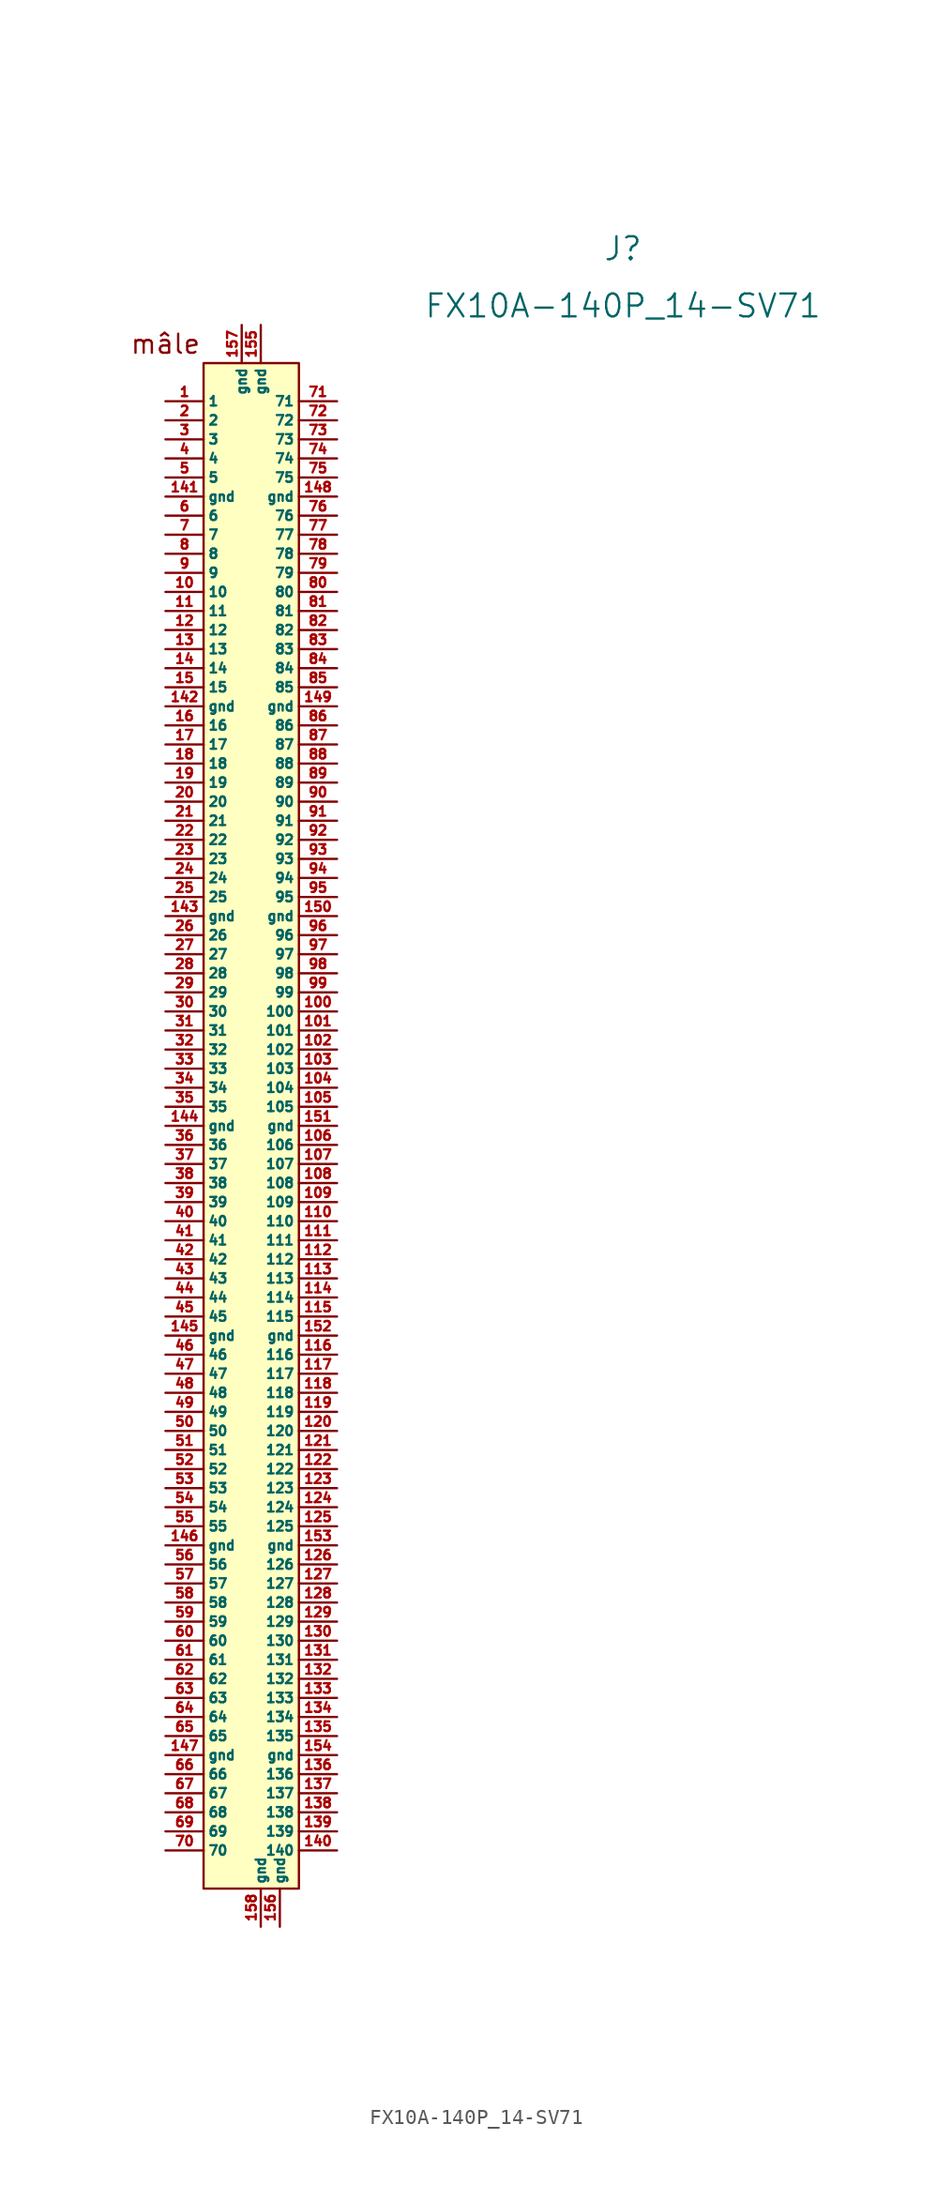
<source format=kicad_sym>
(kicad_symbol_lib
  (version 20211014)
  (generator kicad_symbol_editor)
  (symbol "FX10A-140P_14-SV71"
    (pin_names
      (offset 0.254))
    (property "Reference" "J"
      (at 39.37 111.76 0)
      (effects (font (size 1.524 1.524))))
    (property "Value" "FX10A-140P_14-SV71"
      (at 39.37 107.95 0)
      (effects (font (size 1.524 1.524))))
    (property "Datasheet" ""
      (at 11.43 16.51 0)
      (effects (font (size 1.524 1.524))))
    (symbol "FX10A-140P_14-SV71_0_0"
      (text "mâle" (at 8.89 105.41 0) (effects (font (size 1.27 1.27)))))
    (symbol "FX10A-140P_14-SV71_1_1"
      (rectangle (start 11.43 104.14) (end 17.78 2.54) (stroke (width 0) (type default) (color 0 0 0 0)) (fill (type background)))
      (pin input line (at 8.89 101.6 0) (length 2.54) (name "1" (effects (font (size 0.635 0.635)))) (number "1" (effects (font (size 0.635 0.635)))))
      (pin input line (at 8.89 88.9 0) (length 2.54) (name "10" (effects (font (size 0.635 0.635)))) (number "10" (effects (font (size 0.635 0.635)))))
      (pin input line (at 20.32 60.96 180) (length 2.54) (name "100" (effects (font (size 0.635 0.635)))) (number "100" (effects (font (size 0.635 0.635)))))
      (pin input line (at 20.32 59.69 180) (length 2.54) (name "101" (effects (font (size 0.635 0.635)))) (number "101" (effects (font (size 0.635 0.635)))))
      (pin input line (at 20.32 58.42 180) (length 2.54) (name "102" (effects (font (size 0.635 0.635)))) (number "102" (effects (font (size 0.635 0.635)))))
      (pin input line (at 20.32 57.15 180) (length 2.54) (name "103" (effects (font (size 0.635 0.635)))) (number "103" (effects (font (size 0.635 0.635)))))
      (pin input line (at 20.32 55.88 180) (length 2.54) (name "104" (effects (font (size 0.635 0.635)))) (number "104" (effects (font (size 0.635 0.635)))))
      (pin input line (at 20.32 54.61 180) (length 2.54) (name "105" (effects (font (size 0.635 0.635)))) (number "105" (effects (font (size 0.635 0.635)))))
      (pin input line (at 20.32 52.07 180) (length 2.54) (name "106" (effects (font (size 0.635 0.635)))) (number "106" (effects (font (size 0.635 0.635)))))
      (pin input line (at 20.32 50.8 180) (length 2.54) (name "107" (effects (font (size 0.635 0.635)))) (number "107" (effects (font (size 0.635 0.635)))))
      (pin input line (at 20.32 49.53 180) (length 2.54) (name "108" (effects (font (size 0.635 0.635)))) (number "108" (effects (font (size 0.635 0.635)))))
      (pin input line (at 20.32 48.26 180) (length 2.54) (name "109" (effects (font (size 0.635 0.635)))) (number "109" (effects (font (size 0.635 0.635)))))
      (pin input line (at 8.89 87.63 0) (length 2.54) (name "11" (effects (font (size 0.635 0.635)))) (number "11" (effects (font (size 0.635 0.635)))))
      (pin input line (at 20.32 46.99 180) (length 2.54) (name "110" (effects (font (size 0.635 0.635)))) (number "110" (effects (font (size 0.635 0.635)))))
      (pin input line (at 20.32 45.72 180) (length 2.54) (name "111" (effects (font (size 0.635 0.635)))) (number "111" (effects (font (size 0.635 0.635)))))
      (pin input line (at 20.32 44.45 180) (length 2.54) (name "112" (effects (font (size 0.635 0.635)))) (number "112" (effects (font (size 0.635 0.635)))))
      (pin input line (at 20.32 43.18 180) (length 2.54) (name "113" (effects (font (size 0.635 0.635)))) (number "113" (effects (font (size 0.635 0.635)))))
      (pin input line (at 20.32 41.91 180) (length 2.54) (name "114" (effects (font (size 0.635 0.635)))) (number "114" (effects (font (size 0.635 0.635)))))
      (pin input line (at 20.32 40.64 180) (length 2.54) (name "115" (effects (font (size 0.635 0.635)))) (number "115" (effects (font (size 0.635 0.635)))))
      (pin input line (at 20.32 38.1 180) (length 2.54) (name "116" (effects (font (size 0.635 0.635)))) (number "116" (effects (font (size 0.635 0.635)))))
      (pin input line (at 20.32 36.83 180) (length 2.54) (name "117" (effects (font (size 0.635 0.635)))) (number "117" (effects (font (size 0.635 0.635)))))
      (pin input line (at 20.32 35.56 180) (length 2.54) (name "118" (effects (font (size 0.635 0.635)))) (number "118" (effects (font (size 0.635 0.635)))))
      (pin input line (at 20.32 34.29 180) (length 2.54) (name "119" (effects (font (size 0.635 0.635)))) (number "119" (effects (font (size 0.635 0.635)))))
      (pin input line (at 8.89 86.36 0) (length 2.54) (name "12" (effects (font (size 0.635 0.635)))) (number "12" (effects (font (size 0.635 0.635)))))
      (pin input line (at 20.32 33.02 180) (length 2.54) (name "120" (effects (font (size 0.635 0.635)))) (number "120" (effects (font (size 0.635 0.635)))))
      (pin input line (at 20.32 31.75 180) (length 2.54) (name "121" (effects (font (size 0.635 0.635)))) (number "121" (effects (font (size 0.635 0.635)))))
      (pin input line (at 20.32 30.48 180) (length 2.54) (name "122" (effects (font (size 0.635 0.635)))) (number "122" (effects (font (size 0.635 0.635)))))
      (pin input line (at 20.32 29.21 180) (length 2.54) (name "123" (effects (font (size 0.635 0.635)))) (number "123" (effects (font (size 0.635 0.635)))))
      (pin input line (at 20.32 27.94 180) (length 2.54) (name "124" (effects (font (size 0.635 0.635)))) (number "124" (effects (font (size 0.635 0.635)))))
      (pin input line (at 20.32 26.67 180) (length 2.54) (name "125" (effects (font (size 0.635 0.635)))) (number "125" (effects (font (size 0.635 0.635)))))
      (pin input line (at 20.32 24.13 180) (length 2.54) (name "126" (effects (font (size 0.635 0.635)))) (number "126" (effects (font (size 0.635 0.635)))))
      (pin input line (at 20.32 22.86 180) (length 2.54) (name "127" (effects (font (size 0.635 0.635)))) (number "127" (effects (font (size 0.635 0.635)))))
      (pin input line (at 20.32 21.59 180) (length 2.54) (name "128" (effects (font (size 0.635 0.635)))) (number "128" (effects (font (size 0.635 0.635)))))
      (pin input line (at 20.32 20.32 180) (length 2.54) (name "129" (effects (font (size 0.635 0.635)))) (number "129" (effects (font (size 0.635 0.635)))))
      (pin input line (at 8.89 85.09 0) (length 2.54) (name "13" (effects (font (size 0.635 0.635)))) (number "13" (effects (font (size 0.635 0.635)))))
      (pin input line (at 20.32 19.05 180) (length 2.54) (name "130" (effects (font (size 0.635 0.635)))) (number "130" (effects (font (size 0.635 0.635)))))
      (pin input line (at 20.32 17.78 180) (length 2.54) (name "131" (effects (font (size 0.635 0.635)))) (number "131" (effects (font (size 0.635 0.635)))))
      (pin input line (at 20.32 16.51 180) (length 2.54) (name "132" (effects (font (size 0.635 0.635)))) (number "132" (effects (font (size 0.635 0.635)))))
      (pin input line (at 20.32 15.24 180) (length 2.54) (name "133" (effects (font (size 0.635 0.635)))) (number "133" (effects (font (size 0.635 0.635)))))
      (pin input line (at 20.32 13.97 180) (length 2.54) (name "134" (effects (font (size 0.635 0.635)))) (number "134" (effects (font (size 0.635 0.635)))))
      (pin input line (at 20.32 12.7 180) (length 2.54) (name "135" (effects (font (size 0.635 0.635)))) (number "135" (effects (font (size 0.635 0.635)))))
      (pin input line (at 20.32 10.16 180) (length 2.54) (name "136" (effects (font (size 0.635 0.635)))) (number "136" (effects (font (size 0.635 0.635)))))
      (pin input line (at 20.32 8.89 180) (length 2.54) (name "137" (effects (font (size 0.635 0.635)))) (number "137" (effects (font (size 0.635 0.635)))))
      (pin input line (at 20.32 7.62 180) (length 2.54) (name "138" (effects (font (size 0.635 0.635)))) (number "138" (effects (font (size 0.635 0.635)))))
      (pin input line (at 20.32 6.35 180) (length 2.54) (name "139" (effects (font (size 0.635 0.635)))) (number "139" (effects (font (size 0.635 0.635)))))
      (pin input line (at 8.89 83.82 0) (length 2.54) (name "14" (effects (font (size 0.635 0.635)))) (number "14" (effects (font (size 0.635 0.635)))))
      (pin input line (at 20.32 5.08 180) (length 2.54) (name "140" (effects (font (size 0.635 0.635)))) (number "140" (effects (font (size 0.635 0.635)))))
      (pin input line (at 8.89 95.25 0) (length 2.54) (name "gnd" (effects (font (size 0.635 0.635)))) (number "141" (effects (font (size 0.635 0.635)))))
      (pin input line (at 8.89 81.28 0) (length 2.54) (name "gnd" (effects (font (size 0.635 0.635)))) (number "142" (effects (font (size 0.635 0.635)))))
      (pin input line (at 8.89 67.31 0) (length 2.54) (name "gnd" (effects (font (size 0.635 0.635)))) (number "143" (effects (font (size 0.635 0.635)))))
      (pin input line (at 8.89 53.34 0) (length 2.54) (name "gnd" (effects (font (size 0.635 0.635)))) (number "144" (effects (font (size 0.635 0.635)))))
      (pin input line (at 8.89 39.37 0) (length 2.54) (name "gnd" (effects (font (size 0.635 0.635)))) (number "145" (effects (font (size 0.635 0.635)))))
      (pin input line (at 8.89 25.4 0) (length 2.54) (name "gnd" (effects (font (size 0.635 0.635)))) (number "146" (effects (font (size 0.635 0.635)))))
      (pin input line (at 8.89 11.43 0) (length 2.54) (name "gnd" (effects (font (size 0.635 0.635)))) (number "147" (effects (font (size 0.635 0.635)))))
      (pin input line (at 20.32 95.25 180) (length 2.54) (name "gnd" (effects (font (size 0.635 0.635)))) (number "148" (effects (font (size 0.635 0.635)))))
      (pin input line (at 20.32 81.28 180) (length 2.54) (name "gnd" (effects (font (size 0.635 0.635)))) (number "149" (effects (font (size 0.635 0.635)))))
      (pin input line (at 8.89 82.55 0) (length 2.54) (name "15" (effects (font (size 0.635 0.635)))) (number "15" (effects (font (size 0.635 0.635)))))
      (pin input line (at 20.32 67.31 180) (length 2.54) (name "gnd" (effects (font (size 0.635 0.635)))) (number "150" (effects (font (size 0.635 0.635)))))
      (pin input line (at 20.32 53.34 180) (length 2.54) (name "gnd" (effects (font (size 0.635 0.635)))) (number "151" (effects (font (size 0.635 0.635)))))
      (pin input line (at 20.32 39.37 180) (length 2.54) (name "gnd" (effects (font (size 0.635 0.635)))) (number "152" (effects (font (size 0.635 0.635)))))
      (pin input line (at 20.32 25.4 180) (length 2.54) (name "gnd" (effects (font (size 0.635 0.635)))) (number "153" (effects (font (size 0.635 0.635)))))
      (pin input line (at 20.32 11.43 180) (length 2.54) (name "gnd" (effects (font (size 0.635 0.635)))) (number "154" (effects (font (size 0.635 0.635)))))
      (pin input line (at 15.24 106.68 270) (length 2.54) (name "gnd" (effects (font (size 0.635 0.635)))) (number "155" (effects (font (size 0.635 0.635)))))
      (pin input line (at 16.51 0 90) (length 2.54) (name "gnd" (effects (font (size 0.635 0.635)))) (number "156" (effects (font (size 0.635 0.635)))))
      (pin input line (at 13.97 106.68 270) (length 2.54) (name "gnd" (effects (font (size 0.635 0.635)))) (number "157" (effects (font (size 0.635 0.635)))))
      (pin input line (at 15.24 0 90) (length 2.54) (name "gnd" (effects (font (size 0.635 0.635)))) (number "158" (effects (font (size 0.635 0.635)))))
      (pin input line (at 8.89 80.01 0) (length 2.54) (name "16" (effects (font (size 0.635 0.635)))) (number "16" (effects (font (size 0.635 0.635)))))
      (pin input line (at 8.89 78.74 0) (length 2.54) (name "17" (effects (font (size 0.635 0.635)))) (number "17" (effects (font (size 0.635 0.635)))))
      (pin input line (at 8.89 77.47 0) (length 2.54) (name "18" (effects (font (size 0.635 0.635)))) (number "18" (effects (font (size 0.635 0.635)))))
      (pin input line (at 8.89 76.2 0) (length 2.54) (name "19" (effects (font (size 0.635 0.635)))) (number "19" (effects (font (size 0.635 0.635)))))
      (pin input line (at 8.89 100.33 0) (length 2.54) (name "2" (effects (font (size 0.635 0.635)))) (number "2" (effects (font (size 0.635 0.635)))))
      (pin input line (at 8.89 74.93 0) (length 2.54) (name "20" (effects (font (size 0.635 0.635)))) (number "20" (effects (font (size 0.635 0.635)))))
      (pin input line (at 8.89 73.66 0) (length 2.54) (name "21" (effects (font (size 0.635 0.635)))) (number "21" (effects (font (size 0.635 0.635)))))
      (pin input line (at 8.89 72.39 0) (length 2.54) (name "22" (effects (font (size 0.635 0.635)))) (number "22" (effects (font (size 0.635 0.635)))))
      (pin input line (at 8.89 71.12 0) (length 2.54) (name "23" (effects (font (size 0.635 0.635)))) (number "23" (effects (font (size 0.635 0.635)))))
      (pin input line (at 8.89 69.85 0) (length 2.54) (name "24" (effects (font (size 0.635 0.635)))) (number "24" (effects (font (size 0.635 0.635)))))
      (pin input line (at 8.89 68.58 0) (length 2.54) (name "25" (effects (font (size 0.635 0.635)))) (number "25" (effects (font (size 0.635 0.635)))))
      (pin input line (at 8.89 66.04 0) (length 2.54) (name "26" (effects (font (size 0.635 0.635)))) (number "26" (effects (font (size 0.635 0.635)))))
      (pin input line (at 8.89 64.77 0) (length 2.54) (name "27" (effects (font (size 0.635 0.635)))) (number "27" (effects (font (size 0.635 0.635)))))
      (pin input line (at 8.89 63.5 0) (length 2.54) (name "28" (effects (font (size 0.635 0.635)))) (number "28" (effects (font (size 0.635 0.635)))))
      (pin input line (at 8.89 62.23 0) (length 2.54) (name "29" (effects (font (size 0.635 0.635)))) (number "29" (effects (font (size 0.635 0.635)))))
      (pin input line (at 8.89 99.06 0) (length 2.54) (name "3" (effects (font (size 0.635 0.635)))) (number "3" (effects (font (size 0.635 0.635)))))
      (pin input line (at 8.89 60.96 0) (length 2.54) (name "30" (effects (font (size 0.635 0.635)))) (number "30" (effects (font (size 0.635 0.635)))))
      (pin input line (at 8.89 59.69 0) (length 2.54) (name "31" (effects (font (size 0.635 0.635)))) (number "31" (effects (font (size 0.635 0.635)))))
      (pin input line (at 8.89 58.42 0) (length 2.54) (name "32" (effects (font (size 0.635 0.635)))) (number "32" (effects (font (size 0.635 0.635)))))
      (pin input line (at 8.89 57.15 0) (length 2.54) (name "33" (effects (font (size 0.635 0.635)))) (number "33" (effects (font (size 0.635 0.635)))))
      (pin input line (at 8.89 55.88 0) (length 2.54) (name "34" (effects (font (size 0.635 0.635)))) (number "34" (effects (font (size 0.635 0.635)))))
      (pin input line (at 8.89 54.61 0) (length 2.54) (name "35" (effects (font (size 0.635 0.635)))) (number "35" (effects (font (size 0.635 0.635)))))
      (pin input line (at 8.89 52.07 0) (length 2.54) (name "36" (effects (font (size 0.635 0.635)))) (number "36" (effects (font (size 0.635 0.635)))))
      (pin input line (at 8.89 50.8 0) (length 2.54) (name "37" (effects (font (size 0.635 0.635)))) (number "37" (effects (font (size 0.635 0.635)))))
      (pin input line (at 8.89 49.53 0) (length 2.54) (name "38" (effects (font (size 0.635 0.635)))) (number "38" (effects (font (size 0.635 0.635)))))
      (pin input line (at 8.89 48.26 0) (length 2.54) (name "39" (effects (font (size 0.635 0.635)))) (number "39" (effects (font (size 0.635 0.635)))))
      (pin input line (at 8.89 97.79 0) (length 2.54) (name "4" (effects (font (size 0.635 0.635)))) (number "4" (effects (font (size 0.635 0.635)))))
      (pin input line (at 8.89 46.99 0) (length 2.54) (name "40" (effects (font (size 0.635 0.635)))) (number "40" (effects (font (size 0.635 0.635)))))
      (pin input line (at 8.89 45.72 0) (length 2.54) (name "41" (effects (font (size 0.635 0.635)))) (number "41" (effects (font (size 0.635 0.635)))))
      (pin input line (at 8.89 44.45 0) (length 2.54) (name "42" (effects (font (size 0.635 0.635)))) (number "42" (effects (font (size 0.635 0.635)))))
      (pin input line (at 8.89 43.18 0) (length 2.54) (name "43" (effects (font (size 0.635 0.635)))) (number "43" (effects (font (size 0.635 0.635)))))
      (pin input line (at 8.89 41.91 0) (length 2.54) (name "44" (effects (font (size 0.635 0.635)))) (number "44" (effects (font (size 0.635 0.635)))))
      (pin input line (at 8.89 40.64 0) (length 2.54) (name "45" (effects (font (size 0.635 0.635)))) (number "45" (effects (font (size 0.635 0.635)))))
      (pin input line (at 8.89 38.1 0) (length 2.54) (name "46" (effects (font (size 0.635 0.635)))) (number "46" (effects (font (size 0.635 0.635)))))
      (pin input line (at 8.89 36.83 0) (length 2.54) (name "47" (effects (font (size 0.635 0.635)))) (number "47" (effects (font (size 0.635 0.635)))))
      (pin input line (at 8.89 35.56 0) (length 2.54) (name "48" (effects (font (size 0.635 0.635)))) (number "48" (effects (font (size 0.635 0.635)))))
      (pin input line (at 8.89 34.29 0) (length 2.54) (name "49" (effects (font (size 0.635 0.635)))) (number "49" (effects (font (size 0.635 0.635)))))
      (pin input line (at 8.89 96.52 0) (length 2.54) (name "5" (effects (font (size 0.635 0.635)))) (number "5" (effects (font (size 0.635 0.635)))))
      (pin input line (at 8.89 33.02 0) (length 2.54) (name "50" (effects (font (size 0.635 0.635)))) (number "50" (effects (font (size 0.635 0.635)))))
      (pin input line (at 8.89 31.75 0) (length 2.54) (name "51" (effects (font (size 0.635 0.635)))) (number "51" (effects (font (size 0.635 0.635)))))
      (pin input line (at 8.89 30.48 0) (length 2.54) (name "52" (effects (font (size 0.635 0.635)))) (number "52" (effects (font (size 0.635 0.635)))))
      (pin input line (at 8.89 29.21 0) (length 2.54) (name "53" (effects (font (size 0.635 0.635)))) (number "53" (effects (font (size 0.635 0.635)))))
      (pin input line (at 8.89 27.94 0) (length 2.54) (name "54" (effects (font (size 0.635 0.635)))) (number "54" (effects (font (size 0.635 0.635)))))
      (pin input line (at 8.89 26.67 0) (length 2.54) (name "55" (effects (font (size 0.635 0.635)))) (number "55" (effects (font (size 0.635 0.635)))))
      (pin input line (at 8.89 24.13 0) (length 2.54) (name "56" (effects (font (size 0.635 0.635)))) (number "56" (effects (font (size 0.635 0.635)))))
      (pin input line (at 8.89 22.86 0) (length 2.54) (name "57" (effects (font (size 0.635 0.635)))) (number "57" (effects (font (size 0.635 0.635)))))
      (pin input line (at 8.89 21.59 0) (length 2.54) (name "58" (effects (font (size 0.635 0.635)))) (number "58" (effects (font (size 0.635 0.635)))))
      (pin input line (at 8.89 20.32 0) (length 2.54) (name "59" (effects (font (size 0.635 0.635)))) (number "59" (effects (font (size 0.635 0.635)))))
      (pin input line (at 8.89 93.98 0) (length 2.54) (name "6" (effects (font (size 0.635 0.635)))) (number "6" (effects (font (size 0.635 0.635)))))
      (pin input line (at 8.89 19.05 0) (length 2.54) (name "60" (effects (font (size 0.635 0.635)))) (number "60" (effects (font (size 0.635 0.635)))))
      (pin input line (at 8.89 17.78 0) (length 2.54) (name "61" (effects (font (size 0.635 0.635)))) (number "61" (effects (font (size 0.635 0.635)))))
      (pin input line (at 8.89 16.51 0) (length 2.54) (name "62" (effects (font (size 0.635 0.635)))) (number "62" (effects (font (size 0.635 0.635)))))
      (pin input line (at 8.89 15.24 0) (length 2.54) (name "63" (effects (font (size 0.635 0.635)))) (number "63" (effects (font (size 0.635 0.635)))))
      (pin input line (at 8.89 13.97 0) (length 2.54) (name "64" (effects (font (size 0.635 0.635)))) (number "64" (effects (font (size 0.635 0.635)))))
      (pin input line (at 8.89 12.7 0) (length 2.54) (name "65" (effects (font (size 0.635 0.635)))) (number "65" (effects (font (size 0.635 0.635)))))
      (pin input line (at 8.89 10.16 0) (length 2.54) (name "66" (effects (font (size 0.635 0.635)))) (number "66" (effects (font (size 0.635 0.635)))))
      (pin input line (at 8.89 8.89 0) (length 2.54) (name "67" (effects (font (size 0.635 0.635)))) (number "67" (effects (font (size 0.635 0.635)))))
      (pin input line (at 8.89 7.62 0) (length 2.54) (name "68" (effects (font (size 0.635 0.635)))) (number "68" (effects (font (size 0.635 0.635)))))
      (pin input line (at 8.89 6.35 0) (length 2.54) (name "69" (effects (font (size 0.635 0.635)))) (number "69" (effects (font (size 0.635 0.635)))))
      (pin input line (at 8.89 92.71 0) (length 2.54) (name "7" (effects (font (size 0.635 0.635)))) (number "7" (effects (font (size 0.635 0.635)))))
      (pin input line (at 8.89 5.08 0) (length 2.54) (name "70" (effects (font (size 0.635 0.635)))) (number "70" (effects (font (size 0.635 0.635)))))
      (pin input line (at 20.32 101.6 180) (length 2.54) (name "71" (effects (font (size 0.635 0.635)))) (number "71" (effects (font (size 0.635 0.635)))))
      (pin input line (at 20.32 100.33 180) (length 2.54) (name "72" (effects (font (size 0.635 0.635)))) (number "72" (effects (font (size 0.635 0.635)))))
      (pin input line (at 20.32 99.06 180) (length 2.54) (name "73" (effects (font (size 0.635 0.635)))) (number "73" (effects (font (size 0.635 0.635)))))
      (pin input line (at 20.32 97.79 180) (length 2.54) (name "74" (effects (font (size 0.635 0.635)))) (number "74" (effects (font (size 0.635 0.635)))))
      (pin input line (at 20.32 96.52 180) (length 2.54) (name "75" (effects (font (size 0.635 0.635)))) (number "75" (effects (font (size 0.635 0.635)))))
      (pin input line (at 20.32 93.98 180) (length 2.54) (name "76" (effects (font (size 0.635 0.635)))) (number "76" (effects (font (size 0.635 0.635)))))
      (pin input line (at 20.32 92.71 180) (length 2.54) (name "77" (effects (font (size 0.635 0.635)))) (number "77" (effects (font (size 0.635 0.635)))))
      (pin input line (at 20.32 91.44 180) (length 2.54) (name "78" (effects (font (size 0.635 0.635)))) (number "78" (effects (font (size 0.635 0.635)))))
      (pin input line (at 20.32 90.17 180) (length 2.54) (name "79" (effects (font (size 0.635 0.635)))) (number "79" (effects (font (size 0.635 0.635)))))
      (pin input line (at 8.89 91.44 0) (length 2.54) (name "8" (effects (font (size 0.635 0.635)))) (number "8" (effects (font (size 0.635 0.635)))))
      (pin input line (at 20.32 88.9 180) (length 2.54) (name "80" (effects (font (size 0.635 0.635)))) (number "80" (effects (font (size 0.635 0.635)))))
      (pin input line (at 20.32 87.63 180) (length 2.54) (name "81" (effects (font (size 0.635 0.635)))) (number "81" (effects (font (size 0.635 0.635)))))
      (pin input line (at 20.32 86.36 180) (length 2.54) (name "82" (effects (font (size 0.635 0.635)))) (number "82" (effects (font (size 0.635 0.635)))))
      (pin input line (at 20.32 85.09 180) (length 2.54) (name "83" (effects (font (size 0.635 0.635)))) (number "83" (effects (font (size 0.635 0.635)))))
      (pin input line (at 20.32 83.82 180) (length 2.54) (name "84" (effects (font (size 0.635 0.635)))) (number "84" (effects (font (size 0.635 0.635)))))
      (pin input line (at 20.32 82.55 180) (length 2.54) (name "85" (effects (font (size 0.635 0.635)))) (number "85" (effects (font (size 0.635 0.635)))))
      (pin input line (at 20.32 80.01 180) (length 2.54) (name "86" (effects (font (size 0.635 0.635)))) (number "86" (effects (font (size 0.635 0.635)))))
      (pin input line (at 20.32 78.74 180) (length 2.54) (name "87" (effects (font (size 0.635 0.635)))) (number "87" (effects (font (size 0.635 0.635)))))
      (pin input line (at 20.32 77.47 180) (length 2.54) (name "88" (effects (font (size 0.635 0.635)))) (number "88" (effects (font (size 0.635 0.635)))))
      (pin input line (at 20.32 76.2 180) (length 2.54) (name "89" (effects (font (size 0.635 0.635)))) (number "89" (effects (font (size 0.635 0.635)))))
      (pin input line (at 8.89 90.17 0) (length 2.54) (name "9" (effects (font (size 0.635 0.635)))) (number "9" (effects (font (size 0.635 0.635)))))
      (pin input line (at 20.32 74.93 180) (length 2.54) (name "90" (effects (font (size 0.635 0.635)))) (number "90" (effects (font (size 0.635 0.635)))))
      (pin input line (at 20.32 73.66 180) (length 2.54) (name "91" (effects (font (size 0.635 0.635)))) (number "91" (effects (font (size 0.635 0.635)))))
      (pin input line (at 20.32 72.39 180) (length 2.54) (name "92" (effects (font (size 0.635 0.635)))) (number "92" (effects (font (size 0.635 0.635)))))
      (pin input line (at 20.32 71.12 180) (length 2.54) (name "93" (effects (font (size 0.635 0.635)))) (number "93" (effects (font (size 0.635 0.635)))))
      (pin input line (at 20.32 69.85 180) (length 2.54) (name "94" (effects (font (size 0.635 0.635)))) (number "94" (effects (font (size 0.635 0.635)))))
      (pin input line (at 20.32 68.58 180) (length 2.54) (name "95" (effects (font (size 0.635 0.635)))) (number "95" (effects (font (size 0.635 0.635)))))
      (pin input line (at 20.32 66.04 180) (length 2.54) (name "96" (effects (font (size 0.635 0.635)))) (number "96" (effects (font (size 0.635 0.635)))))
      (pin input line (at 20.32 64.77 180) (length 2.54) (name "97" (effects (font (size 0.635 0.635)))) (number "97" (effects (font (size 0.635 0.635)))))
      (pin input line (at 20.32 63.5 180) (length 2.54) (name "98" (effects (font (size 0.635 0.635)))) (number "98" (effects (font (size 0.635 0.635)))))
      (pin input line (at 20.32 62.23 180) (length 2.54) (name "99" (effects (font (size 0.635 0.635)))) (number "99" (effects (font (size 0.635 0.635))))))))
</source>
